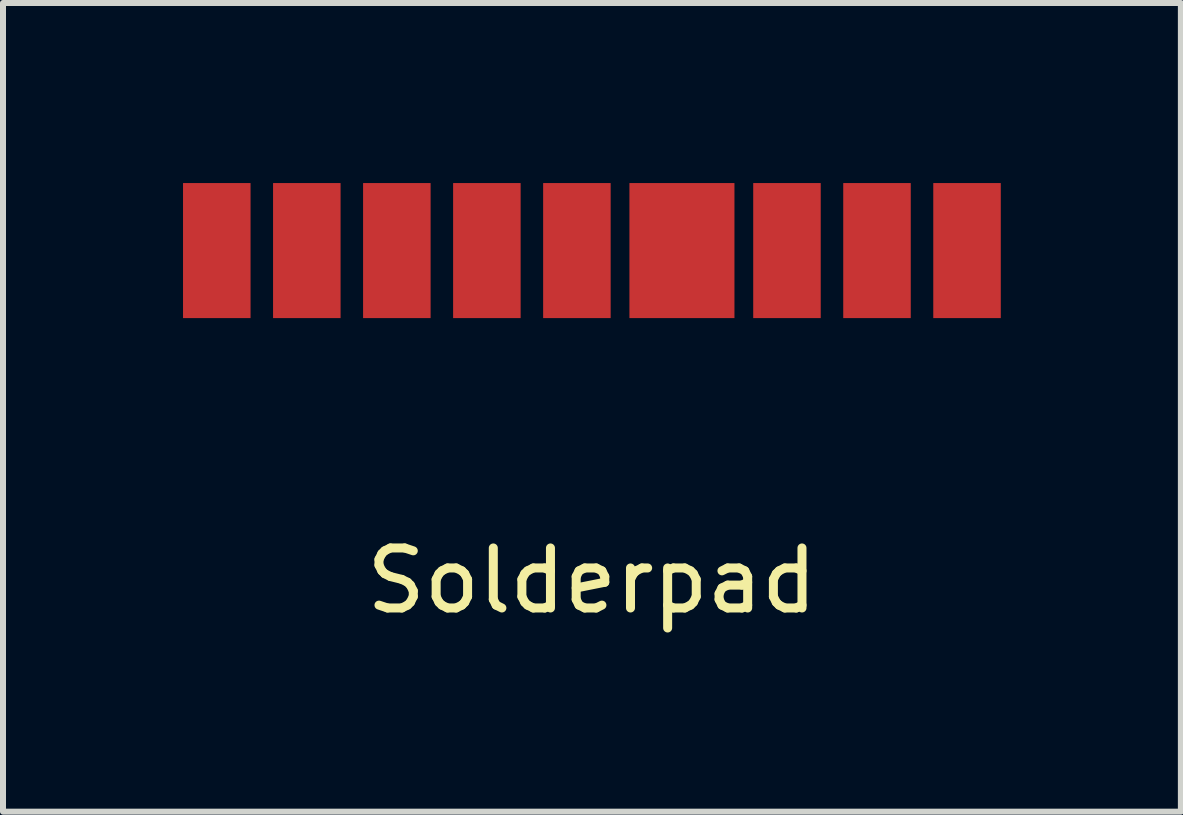
<source format=kicad_pcb>
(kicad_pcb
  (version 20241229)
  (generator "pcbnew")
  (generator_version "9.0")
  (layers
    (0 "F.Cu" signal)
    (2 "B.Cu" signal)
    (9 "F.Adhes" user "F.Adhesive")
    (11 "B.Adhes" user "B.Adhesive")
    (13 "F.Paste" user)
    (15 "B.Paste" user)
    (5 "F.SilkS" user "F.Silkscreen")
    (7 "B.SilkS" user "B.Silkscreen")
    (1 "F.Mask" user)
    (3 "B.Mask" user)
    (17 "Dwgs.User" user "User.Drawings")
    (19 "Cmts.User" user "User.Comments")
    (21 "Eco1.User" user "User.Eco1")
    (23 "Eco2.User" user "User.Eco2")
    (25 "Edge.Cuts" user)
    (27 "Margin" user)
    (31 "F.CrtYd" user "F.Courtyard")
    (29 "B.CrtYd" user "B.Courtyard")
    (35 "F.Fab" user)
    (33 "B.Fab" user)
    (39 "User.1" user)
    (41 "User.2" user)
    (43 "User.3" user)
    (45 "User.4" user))
  (footprint "Solderpad"
    (layer "F.Cu")
    (at 6.812 1.125)
    (property "Reference" "Solderpad" (at 0 5.5 0) (layer "F.SilkS") (effects (font (size 1 1) (thickness 0.15))))
    (attr through_hole)
    (pad "1" smd rect (at -6.25 0) (size 1.125 2.25) (layers "F.Cu" "F.Mask" "F.Paste"))
    (pad "2" smd rect (at -4.75 0) (size 1.125 2.25) (layers "F.Cu" "F.Mask" "F.Paste"))
    (pad "3" smd rect (at -3.25 0) (size 1.125 2.25) (layers "F.Cu" "F.Mask" "F.Paste"))
    (pad "4" smd rect (at -1.75 0) (size 1.125 2.25) (layers "F.Cu" "F.Mask" "F.Paste"))
    (pad "5" smd rect (at -0.25 0) (size 1.125 2.25) (layers "F.Cu" "F.Mask" "F.Paste"))
    (pad "6" smd rect (at 1.5 0) (size 1.75 2.25) (layers "F.Cu" "F.Mask" "F.Paste"))
    (pad "7" smd rect (at 3.25 0) (size 1.125 2.25) (layers "F.Cu" "F.Mask" "F.Paste"))
    (pad "8" smd rect (at 4.75 0) (size 1.125 2.25) (layers "F.Cu" "F.Mask" "F.Paste"))
    (pad "9" smd rect (at 6.25 0) (size 1.125 2.25) (layers "F.Cu" "F.Mask" "F.Paste")))
  (gr_rect
    (start -3 -3)
    (end 16.625 10.473)
    (stroke (width 0.1) (type default))
    (fill no)
    (layer "Edge.Cuts")))
</source>
